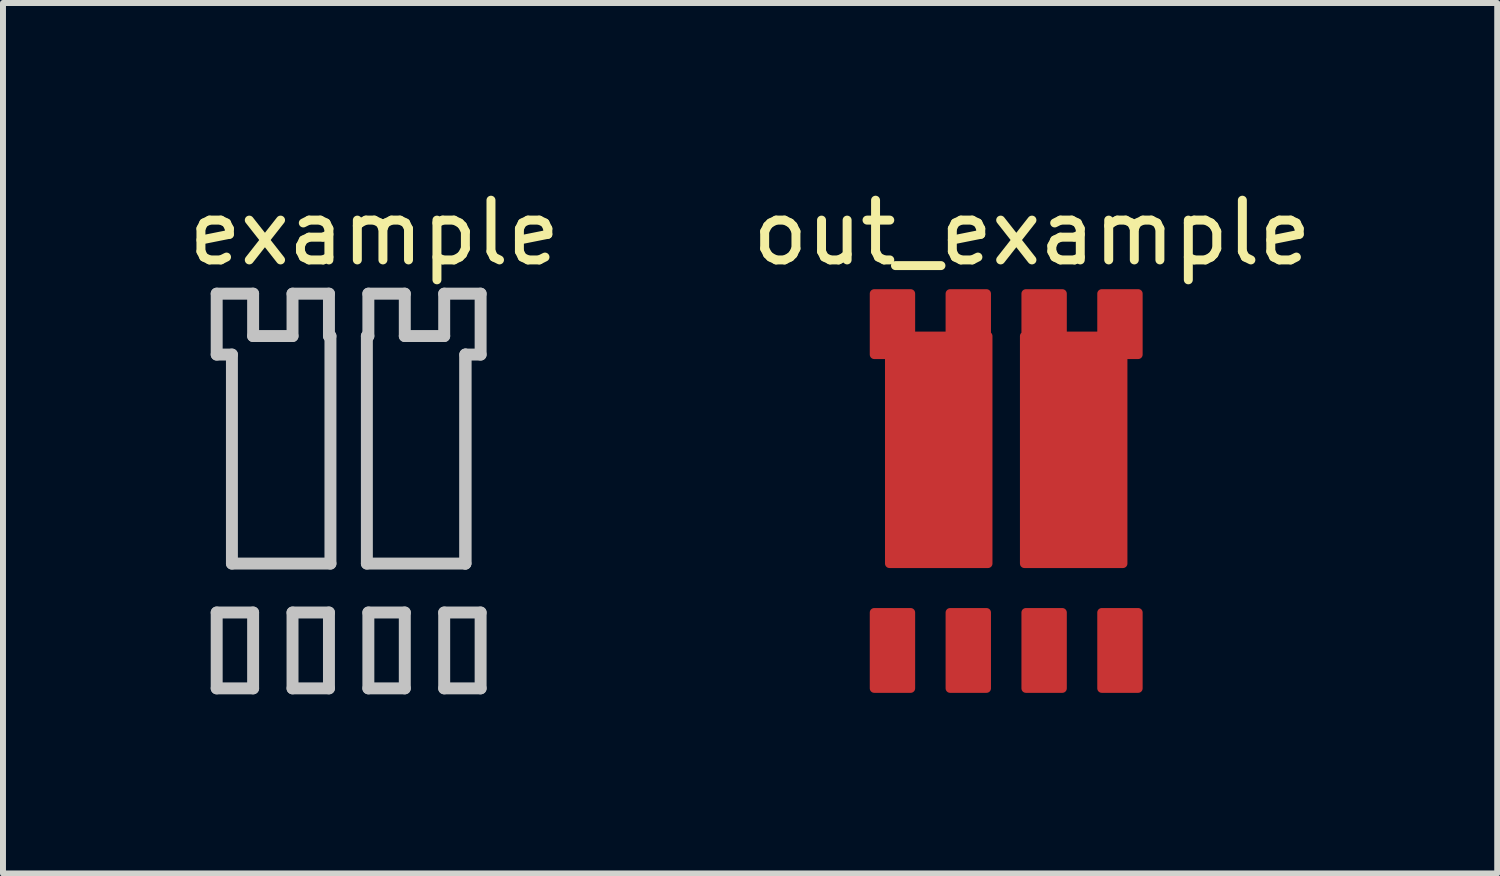
<source format=kicad_pcb>
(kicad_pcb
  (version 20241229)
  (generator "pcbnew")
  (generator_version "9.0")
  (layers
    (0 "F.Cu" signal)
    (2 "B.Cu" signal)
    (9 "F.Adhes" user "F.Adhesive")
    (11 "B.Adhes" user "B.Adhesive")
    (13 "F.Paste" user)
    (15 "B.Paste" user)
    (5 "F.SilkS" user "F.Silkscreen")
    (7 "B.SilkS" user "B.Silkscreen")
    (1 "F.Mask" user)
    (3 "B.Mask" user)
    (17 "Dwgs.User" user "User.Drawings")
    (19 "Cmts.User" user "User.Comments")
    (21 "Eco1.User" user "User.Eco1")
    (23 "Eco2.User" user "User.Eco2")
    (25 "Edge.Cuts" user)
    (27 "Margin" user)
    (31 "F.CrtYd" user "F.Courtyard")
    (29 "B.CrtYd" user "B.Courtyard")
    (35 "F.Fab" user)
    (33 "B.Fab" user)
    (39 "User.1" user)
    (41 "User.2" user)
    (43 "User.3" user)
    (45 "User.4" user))
  (footprint "out_example"
    (layer "F.Cu")
    (at 14.232 0.348)
    (property "Reference" "out_example" (at 0 0.5 0) (layer "F.SilkS") (effects (font (size 1 1) (thickness 0.15))))
    (attr through_hole)
    (fp_poly (pts (xy -2.641 6.86) (xy -2.641 8.13) (xy -2.031 8.13) (xy -2.031 6.86)) (stroke (width 0.15) (type solid)) (fill yes) (layer "F.Cu"))
    (fp_poly (pts (xy -1.371 6.86) (xy -1.371 8.13) (xy -0.761 8.13) (xy -0.761 6.86)) (stroke (width 0.15) (type solid)) (fill yes) (layer "F.Cu"))
    (fp_poly (pts (xy 0.509 6.86) (xy -0.101 6.86) (xy -0.101 8.13) (xy 0.509 8.13)) (stroke (width 0.15) (type solid)) (fill yes) (layer "F.Cu"))
    (fp_poly (pts (xy 1.169 6.86) (xy 1.779 6.86) (xy 1.779 8.13) (xy 1.169 8.13)) (stroke (width 0.15) (type solid)) (fill yes) (layer "F.Cu"))
    (fp_poly (pts (xy -2.031 1.52) (xy -2.641 1.52) (xy -2.641 2.54) (xy -2.386 2.54) (xy -2.386 6.04) (xy -0.736 6.04) (xy -0.736 2.23) (xy -0.761 2.23) (xy -0.761 1.52) (xy -1.371 1.52) (xy -1.371 2.23) (xy -2.031 2.23)) (stroke (width 0.15) (type solid)) (fill yes) (layer "F.Cu"))
    (fp_poly (pts (xy 1.524 2.54) (xy 1.779 2.54) (xy 1.779 1.52) (xy 1.169 1.52) (xy 1.169 2.23) (xy 0.509 2.23) (xy 0.509 1.52) (xy -0.101 1.52) (xy -0.101 2.23) (xy -0.126 2.23) (xy -0.126 6.04) (xy 1.524 6.04)) (stroke (width 0.15) (type solid)) (fill yes) (layer "F.Cu")))
  (footprint "example"
    (layer "F.Cu")
    (at 3.22 0.348)
    (property "Reference" "example" (at 0 0.5 0) (layer "F.SilkS") (effects (font (size 1 1) (thickness 0.15))))
    (attr through_hole)
    (fp_line (start -2.641 1.52) (end -2.031 1.52) (stroke (width 0.2) (type solid)) (layer "Dwgs.User"))
    (fp_line (start -2.641 2.54) (end -2.641 1.52) (stroke (width 0.2) (type solid)) (layer "Dwgs.User"))
    (fp_line (start -2.641 6.86) (end -2.641 8.13) (stroke (width 0.2) (type solid)) (layer "Dwgs.User"))
    (fp_line (start -2.641 6.86) (end -2.031 6.86) (stroke (width 0.2) (type solid)) (layer "Dwgs.User"))
    (fp_line (start -2.641 8.13) (end -2.031 8.13) (stroke (width 0.2) (type solid)) (layer "Dwgs.User"))
    (fp_line (start -2.386 2.54) (end -2.641 2.54) (stroke (width 0.2) (type solid)) (layer "Dwgs.User"))
    (fp_line (start -2.386 2.54) (end -2.386 6.04) (stroke (width 0.2) (type solid)) (layer "Dwgs.User"))
    (fp_line (start -2.386 6.04) (end -0.736 6.04) (stroke (width 0.2) (type solid)) (layer "Dwgs.User"))
    (fp_line (start -2.031 1.52) (end -2.031 2.23) (stroke (width 0.2) (type solid)) (layer "Dwgs.User"))
    (fp_line (start -2.031 2.23) (end -1.371 2.23) (stroke (width 0.2) (type solid)) (layer "Dwgs.User"))
    (fp_line (start -2.031 6.86) (end -2.031 8.13) (stroke (width 0.2) (type solid)) (layer "Dwgs.User"))
    (fp_line (start -1.371 1.52) (end -0.761 1.52) (stroke (width 0.2) (type solid)) (layer "Dwgs.User"))
    (fp_line (start -1.371 2.23) (end -1.371 1.52) (stroke (width 0.2) (type solid)) (layer "Dwgs.User"))
    (fp_line (start -1.371 6.86) (end -1.371 8.13) (stroke (width 0.2) (type solid)) (layer "Dwgs.User"))
    (fp_line (start -1.371 6.86) (end -0.761 6.86) (stroke (width 0.2) (type solid)) (layer "Dwgs.User"))
    (fp_line (start -1.371 8.13) (end -0.761 8.13) (stroke (width 0.2) (type solid)) (layer "Dwgs.User"))
    (fp_line (start -0.761 1.52) (end -0.761 2.23) (stroke (width 0.2) (type solid)) (layer "Dwgs.User"))
    (fp_line (start -0.761 2.23) (end -0.736 2.23) (stroke (width 0.2) (type solid)) (layer "Dwgs.User"))
    (fp_line (start -0.761 6.86) (end -0.761 8.13) (stroke (width 0.2) (type solid)) (layer "Dwgs.User"))
    (fp_line (start -0.736 2.23) (end -0.736 6.04) (stroke (width 0.2) (type solid)) (layer "Dwgs.User"))
    (fp_line (start -0.126 2.23) (end -0.126 6.04) (stroke (width 0.2) (type solid)) (layer "Dwgs.User"))
    (fp_line (start -0.101 1.52) (end -0.101 2.23) (stroke (width 0.2) (type solid)) (layer "Dwgs.User"))
    (fp_line (start -0.101 2.23) (end -0.126 2.23) (stroke (width 0.2) (type solid)) (layer "Dwgs.User"))
    (fp_line (start -0.101 6.86) (end -0.101 8.13) (stroke (width 0.2) (type solid)) (layer "Dwgs.User"))
    (fp_line (start 0.509 1.52) (end -0.101 1.52) (stroke (width 0.2) (type solid)) (layer "Dwgs.User"))
    (fp_line (start 0.509 2.23) (end 0.509 1.52) (stroke (width 0.2) (type solid)) (layer "Dwgs.User"))
    (fp_line (start 0.509 6.86) (end -0.101 6.86) (stroke (width 0.2) (type solid)) (layer "Dwgs.User"))
    (fp_line (start 0.509 6.86) (end 0.509 8.13) (stroke (width 0.2) (type solid)) (layer "Dwgs.User"))
    (fp_line (start 0.509 8.13) (end -0.101 8.13) (stroke (width 0.2) (type solid)) (layer "Dwgs.User"))
    (fp_line (start 1.169 1.52) (end 1.169 2.23) (stroke (width 0.2) (type solid)) (layer "Dwgs.User"))
    (fp_line (start 1.169 2.23) (end 0.509 2.23) (stroke (width 0.2) (type solid)) (layer "Dwgs.User"))
    (fp_line (start 1.169 6.86) (end 1.169 8.13) (stroke (width 0.2) (type solid)) (layer "Dwgs.User"))
    (fp_line (start 1.524 2.54) (end 1.524 6.04) (stroke (width 0.2) (type solid)) (layer "Dwgs.User"))
    (fp_line (start 1.524 2.54) (end 1.524 6.04) (stroke (width 0.2) (type solid)) (layer "Dwgs.User"))
    (fp_line (start 1.524 2.54) (end 1.779 2.54) (stroke (width 0.2) (type solid)) (layer "Dwgs.User"))
    (fp_line (start 1.524 6.04) (end -0.126 6.04) (stroke (width 0.2) (type solid)) (layer "Dwgs.User"))
    (fp_line (start 1.779 1.52) (end 1.169 1.52) (stroke (width 0.2) (type solid)) (layer "Dwgs.User"))
    (fp_line (start 1.779 2.54) (end 1.779 1.52) (stroke (width 0.2) (type solid)) (layer "Dwgs.User"))
    (fp_line (start 1.779 6.86) (end 1.169 6.86) (stroke (width 0.2) (type solid)) (layer "Dwgs.User"))
    (fp_line (start 1.779 6.86) (end 1.779 8.13) (stroke (width 0.2) (type solid)) (layer "Dwgs.User"))
    (fp_line (start 1.779 8.13) (end 1.169 8.13) (stroke (width 0.2) (type solid)) (layer "Dwgs.User")))
  (gr_rect
    (start -3 -3)
    (end 22.024 11.578)
    (stroke (width 0.1) (type default))
    (fill no)
    (layer "Edge.Cuts")))
</source>
